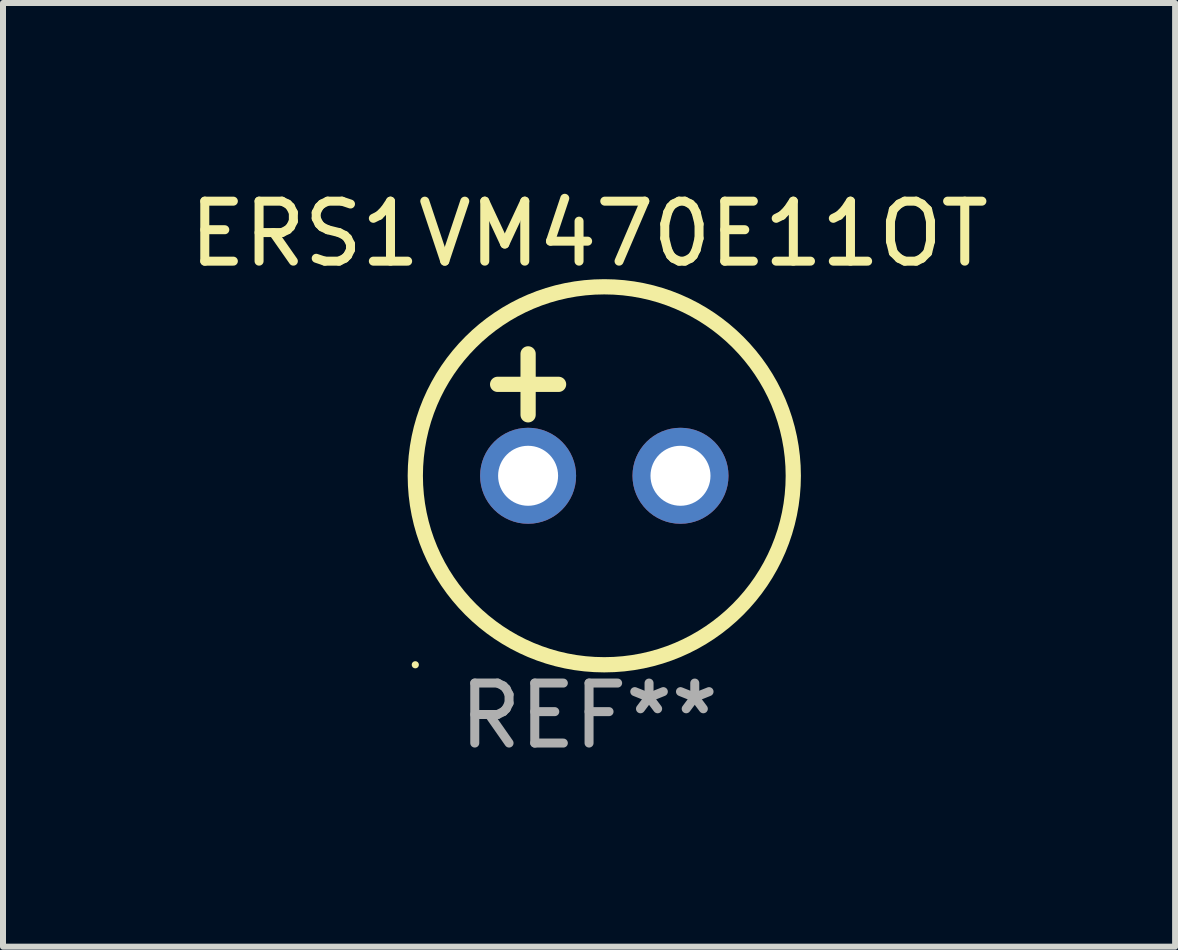
<source format=kicad_pcb>
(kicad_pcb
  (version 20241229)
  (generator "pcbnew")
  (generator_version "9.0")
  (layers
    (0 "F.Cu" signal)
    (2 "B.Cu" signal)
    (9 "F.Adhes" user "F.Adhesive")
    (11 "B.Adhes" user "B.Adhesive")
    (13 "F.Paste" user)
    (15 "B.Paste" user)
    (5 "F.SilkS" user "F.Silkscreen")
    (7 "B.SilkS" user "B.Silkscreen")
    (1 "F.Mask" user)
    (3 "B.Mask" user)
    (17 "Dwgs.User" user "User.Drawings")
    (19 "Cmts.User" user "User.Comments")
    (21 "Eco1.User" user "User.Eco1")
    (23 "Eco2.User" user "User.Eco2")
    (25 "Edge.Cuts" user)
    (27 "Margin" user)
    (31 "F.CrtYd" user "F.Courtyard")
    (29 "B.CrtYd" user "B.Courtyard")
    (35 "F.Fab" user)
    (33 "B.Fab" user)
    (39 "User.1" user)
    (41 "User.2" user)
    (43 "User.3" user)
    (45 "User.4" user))
  (footprint "ERS1VM470E11OT"
    (layer "F.Cu")
    (at 6.768 3.864)
    (property "Reference" "ERS1VM470E11OT" (at 0 -3.016 0) (layer "F.SilkS") (effects (font (size 1 1) (thickness 0.15))))
    (attr through_hole)
    (fp_line (start -1.524 -0.508) (end -0.508 -0.508) (stroke (width 0.254) (type solid)) (layer "F.SilkS"))
    (fp_line (start -1.016 -1.016) (end -1.016 0) (stroke (width 0.254) (type solid)) (layer "F.SilkS"))
    (fp_circle (center -2.896 4.166) (end -2.866 4.166) (stroke (width 0.06) (type solid)) (fill no) (layer "F.SilkS"))
    (fp_circle (center 0.254 1.016) (end 3.404 1.016) (stroke (width 0.254) (type solid)) (fill no) (layer "F.SilkS"))
    (fp_text user "REF**" (at 0 5.016 0) (layer "F.Fab") (effects (font (size 1 1) (thickness 0.15))))
    (pad "1" thru_hole circle (at -1.016 1.016) (size 1.6 1.6) (drill 1) (layers "*.Cu" "*.Mask"))
    (pad "2" thru_hole circle (at 1.524 1.016) (size 1.6 1.6) (drill 1) (layers "*.Cu" "*.Mask")))
  (gr_rect
    (start -3 -3)
    (end 16.536 12.729)
    (stroke (width 0.1) (type default))
    (fill no)
    (layer "Edge.Cuts")))
</source>
